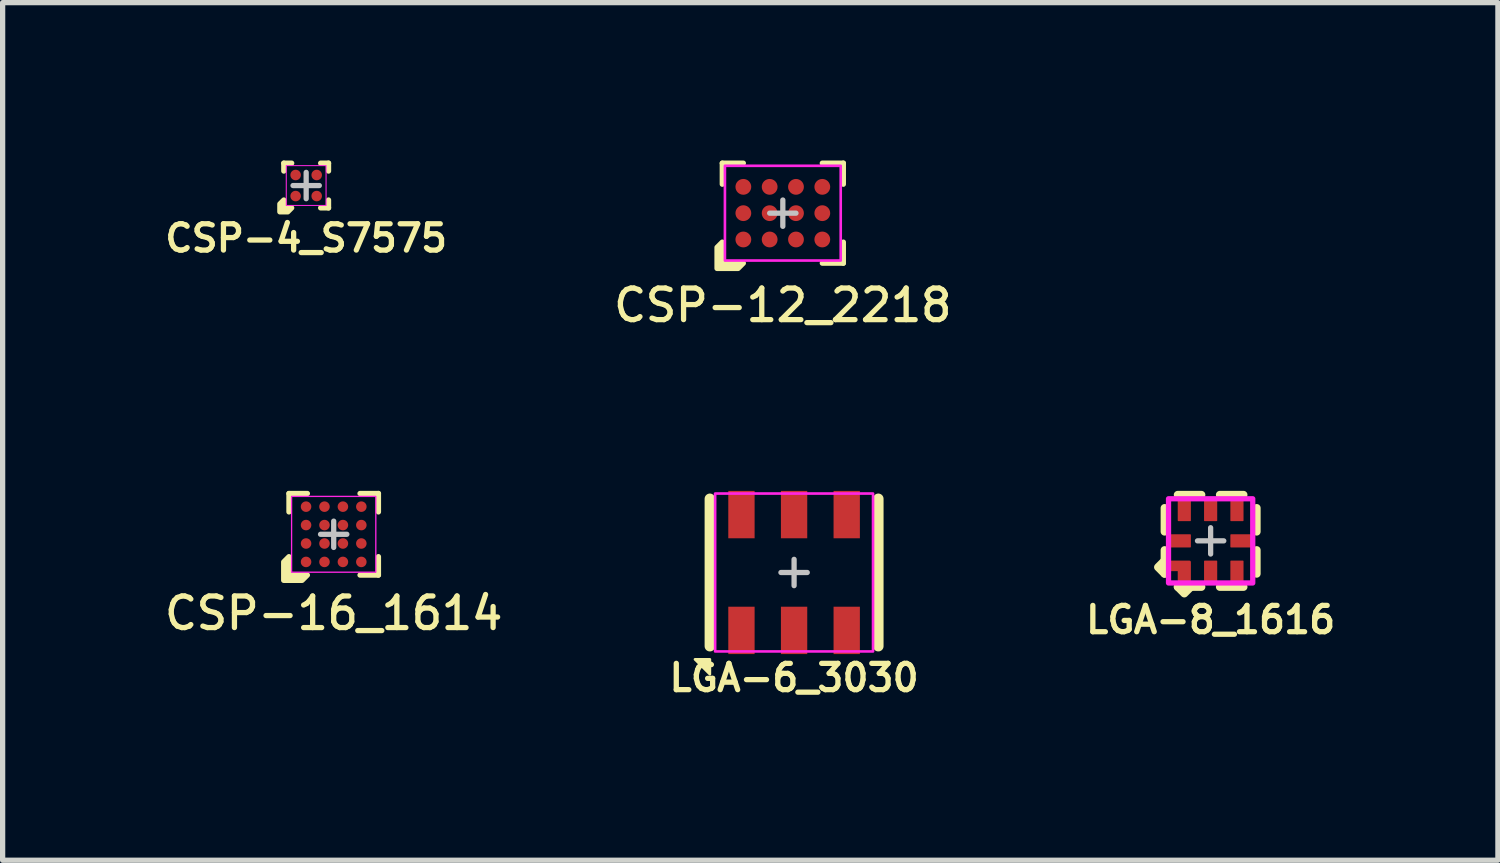
<source format=kicad_pcb>
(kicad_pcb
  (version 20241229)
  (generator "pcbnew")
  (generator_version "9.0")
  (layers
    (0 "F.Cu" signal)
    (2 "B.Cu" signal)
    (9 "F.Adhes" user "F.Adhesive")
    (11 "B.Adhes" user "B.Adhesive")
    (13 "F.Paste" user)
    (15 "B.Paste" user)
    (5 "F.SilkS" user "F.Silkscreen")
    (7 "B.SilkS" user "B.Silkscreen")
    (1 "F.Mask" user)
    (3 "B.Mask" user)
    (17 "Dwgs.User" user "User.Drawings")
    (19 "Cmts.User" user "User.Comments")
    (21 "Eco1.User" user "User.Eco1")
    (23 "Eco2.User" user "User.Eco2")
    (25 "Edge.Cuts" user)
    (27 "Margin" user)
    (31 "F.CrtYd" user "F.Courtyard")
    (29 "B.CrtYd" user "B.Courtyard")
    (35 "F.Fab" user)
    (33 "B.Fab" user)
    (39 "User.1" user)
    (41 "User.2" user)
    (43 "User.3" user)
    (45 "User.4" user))
  (footprint "CSP-12_2218"
    (layer "F.Cu")
    (at 11.823 1)
    (property "Reference" "CSP-12_2218" (at 0 1.75 0) (unlocked yes) (layer "F.SilkS") (effects (font (size 0.6 0.6) (thickness 0.1))))
    (attr smd)
    (fp_line (start -1.15 -0.95) (end -1.15 -0.55) (stroke (width 0.1) (type solid)) (layer "F.SilkS"))
    (fp_line (start -0.75 -0.95) (end -1.15 -0.95) (stroke (width 0.1) (type solid)) (layer "F.SilkS"))
    (fp_line (start 0.75 0.95) (end 1.15 0.95) (stroke (width 0.1) (type solid)) (layer "F.SilkS"))
    (fp_line (start 1.15 -0.95) (end 0.75 -0.95) (stroke (width 0.1) (type solid)) (layer "F.SilkS"))
    (fp_line (start 1.15 -0.55) (end 1.15 -0.95) (stroke (width 0.1) (type solid)) (layer "F.SilkS"))
    (fp_line (start 1.15 0.95) (end 1.15 0.55) (stroke (width 0.1) (type solid)) (layer "F.SilkS"))
    (fp_poly (pts (xy -1.15 0.55) (xy -1.15 0.95) (xy -0.75 0.95) (xy -0.85 1.05) (xy -1.25 1.05) (xy -1.25 0.65)) (stroke (width 0.1) (type solid)) (fill yes) (layer "F.SilkS"))
    (fp_line (start 0 -0.25) (end 0 0.25) (stroke (width 0.1) (type solid)) (layer "Dwgs.User"))
    (fp_line (start 0.25 0) (end -0.25 0) (stroke (width 0.1) (type solid)) (layer "Dwgs.User"))
    (fp_rect (start -1.1 -0.9) (end 1.1 0.9) (stroke (width 0.05) (type solid)) (fill no) (layer "F.CrtYd"))
    (pad "A1" smd circle (at -0.75 0.5) (size 0.3 0.3) (layers "F.Cu" "F.Mask" "F.Paste"))
    (pad "A2" smd circle (at -0.75 0) (size 0.3 0.3) (layers "F.Cu" "F.Mask" "F.Paste"))
    (pad "A3" smd circle (at -0.75 -0.5) (size 0.3 0.3) (layers "F.Cu" "F.Mask" "F.Paste"))
    (pad "B1" smd circle (at -0.25 0.5) (size 0.3 0.3) (layers "F.Cu" "F.Mask" "F.Paste"))
    (pad "B2" smd circle (at -0.25 0) (size 0.3 0.3) (layers "F.Cu" "F.Mask" "F.Paste"))
    (pad "B3" smd circle (at -0.25 -0.5) (size 0.3 0.3) (layers "F.Cu" "F.Mask" "F.Paste"))
    (pad "C1" smd circle (at 0.25 0.5) (size 0.3 0.3) (layers "F.Cu" "F.Mask" "F.Paste"))
    (pad "C2" smd circle (at 0.25 0) (size 0.3 0.3) (layers "F.Cu" "F.Mask" "F.Paste"))
    (pad "C3" smd circle (at 0.25 -0.5) (size 0.3 0.3) (layers "F.Cu" "F.Mask" "F.Paste"))
    (pad "D1" smd circle (at 0.75 0.5) (size 0.3 0.3) (layers "F.Cu" "F.Mask" "F.Paste"))
    (pad "D2" smd circle (at 0.75 0) (size 0.3 0.3) (layers "F.Cu" "F.Mask" "F.Paste"))
    (pad "D3" smd circle (at 0.75 -0.5) (size 0.3 0.3) (layers "F.Cu" "F.Mask" "F.Paste")))
  (footprint "LGA-8_1616"
    (layer "F.Cu")
    (at 19.951 7.226)
    (property "Reference" "LGA-8_1616" (at 0 1.5 0) (unlocked yes) (layer "F.SilkS") (effects (font (size 0.5 0.5) (thickness 0.1))))
    (attr smd)
    (fp_line (start -0.875 -0.175) (end -0.875 -0.625) (stroke (width 0.15) (type default)) (layer "F.SilkS"))
    (fp_line (start -0.875 0.625) (end -0.875 0.175) (stroke (width 0.15) (type default)) (layer "F.SilkS"))
    (fp_line (start -0.625 -0.875) (end -0.175 -0.875) (stroke (width 0.15) (type default)) (layer "F.SilkS"))
    (fp_line (start -0.625 0.875) (end -0.175 0.875) (stroke (width 0.15) (type default)) (layer "F.SilkS"))
    (fp_line (start 0.175 -0.875) (end 0.625 -0.875) (stroke (width 0.15) (type default)) (layer "F.SilkS"))
    (fp_line (start 0.175 0.875) (end 0.625 0.875) (stroke (width 0.15) (type default)) (layer "F.SilkS"))
    (fp_line (start 0.875 -0.175) (end 0.875 -0.625) (stroke (width 0.15) (type default)) (layer "F.SilkS"))
    (fp_line (start 0.875 0.625) (end 0.875 0.175) (stroke (width 0.15) (type default)) (layer "F.SilkS"))
    (fp_poly (pts (xy -0.875 0.625) (xy -1 0.5) (xy -0.875 0.375)) (stroke (width 0.15) (type solid)) (fill yes) (layer "F.SilkS"))
    (fp_poly (pts (xy -0.375 0.875) (xy -0.5 1) (xy -0.625 0.875)) (stroke (width 0.15) (type solid)) (fill yes) (layer "F.SilkS"))
    (fp_line (start -0.25 0) (end 0.25 0) (stroke (width 0.1) (type default)) (layer "Dwgs.User"))
    (fp_line (start 0 -0.25) (end 0 0.25) (stroke (width 0.1) (type default)) (layer "Dwgs.User"))
    (fp_rect (start -0.8 -0.8) (end 0.8 0.8) (stroke (width 0.1) (type default)) (fill no) (layer "F.CrtYd"))
    (pad "1" smd custom (at -0.5 0.575 90) (size 0.2 0.2) (layers "F.Cu" "F.Mask" "F.Paste") (options (anchor circle)) (primitives (gr_poly (pts (xy 0.175 0.1) (xy 0.175 -0.25) (xy 0.025 -0.25) (xy 0.025 -0.1) (xy -0.175 -0.1) (xy -0.175 0.1)) (width 0.05) (fill yes))))
    (pad "2" smd roundrect (at 0 0.575 90) (size 0.4 0.25) (layers "F.Cu" "F.Mask" "F.Paste") (roundrect_rratio 0.05))
    (pad "3" smd roundrect (at 0.5 0.575 90) (size 0.4 0.25) (layers "F.Cu" "F.Mask" "F.Paste") (roundrect_rratio 0.05))
    (pad "4" smd roundrect (at 0.575 0) (size 0.4 0.25) (layers "F.Cu" "F.Mask" "F.Paste") (roundrect_rratio 0.05))
    (pad "5" smd roundrect (at 0.5 -0.575 90) (size 0.4 0.25) (layers "F.Cu" "F.Mask" "F.Paste") (roundrect_rratio 0.05))
    (pad "6" smd roundrect (at 0 -0.575 90) (size 0.4 0.25) (layers "F.Cu" "F.Mask" "F.Paste") (roundrect_rratio 0.05))
    (pad "7" smd roundrect (at -0.5 -0.575 90) (size 0.4 0.25) (layers "F.Cu" "F.Mask" "F.Paste") (roundrect_rratio 0.05))
    (pad "8" smd roundrect (at -0.575 0) (size 0.4 0.25) (layers "F.Cu" "F.Mask" "F.Paste") (roundrect_rratio 0.05)))
  (footprint "LGA-6_3030"
    (layer "F.Cu")
    (at 12.037 7.827)
    (property "Reference" "LGA-6_3030" (at 0 2 0) (unlocked yes) (layer "F.SilkS") (effects (font (size 0.5 0.5) (thickness 0.1) (bold yes))))
    (attr smd)
    (fp_line (start -1.6 -1.4) (end -1.6 1.4) (stroke (width 0.2) (type solid)) (layer "F.SilkS"))
    (fp_line (start 1.6 -1.4) (end 1.6 1.4) (stroke (width 0.2) (type solid)) (layer "F.SilkS"))
    (fp_poly (pts (xy -1.883 1.65) (xy -1.6 1.65) (xy -1.6 1.933)) (stroke (width 0.05) (type solid)) (fill yes) (layer "F.SilkS"))
    (fp_line (start -0.25 0) (end 0.25 0) (stroke (width 0.1) (type solid)) (layer "Dwgs.User"))
    (fp_line (start 0 0.25) (end 0 -0.25) (stroke (width 0.1) (type solid)) (layer "Dwgs.User"))
    (fp_rect (start -1.5 -1.5) (end 1.5 1.5) (stroke (width 0.05) (type solid)) (fill no) (layer "F.CrtYd"))
    (pad "1" smd rect (at -1 1.1 90) (size 0.9 0.5) (layers "F.Cu" "F.Mask" "F.Paste"))
    (pad "2" smd rect (at 0 1.1 90) (size 0.9 0.5) (layers "F.Cu" "F.Mask" "F.Paste"))
    (pad "3" smd rect (at 1 1.1 90) (size 0.9 0.5) (layers "F.Cu" "F.Mask" "F.Paste"))
    (pad "4" smd rect (at 1 -1.1 90) (size 0.9 0.5) (layers "F.Cu" "F.Mask" "F.Paste"))
    (pad "5" smd rect (at 0 -1.1 90) (size 0.9 0.5) (layers "F.Cu" "F.Mask" "F.Paste"))
    (pad "6" smd rect (at -1 -1.1 90) (size 0.9 0.5) (layers "F.Cu" "F.Mask" "F.Paste")))
  (footprint "CSP-4_S7575"
    (layer "F.Cu")
    (at 2.767 0.475)
    (property "Reference" "CSP-4_S7575" (at 0 1 0) (unlocked yes) (layer "F.SilkS") (effects (font (size 0.5 0.5) (thickness 0.1))))
    (attr smd)
    (fp_line (start -0.425 -0.425) (end -0.425 -0.275) (stroke (width 0.1) (type solid)) (layer "F.SilkS"))
    (fp_line (start -0.275 -0.425) (end -0.425 -0.425) (stroke (width 0.1) (type solid)) (layer "F.SilkS"))
    (fp_line (start 0.275 0.425) (end 0.425 0.425) (stroke (width 0.1) (type solid)) (layer "F.SilkS"))
    (fp_line (start 0.425 -0.425) (end 0.275 -0.425) (stroke (width 0.1) (type solid)) (layer "F.SilkS"))
    (fp_line (start 0.425 -0.275) (end 0.425 -0.425) (stroke (width 0.1) (type solid)) (layer "F.SilkS"))
    (fp_line (start 0.425 0.425) (end 0.425 0.275) (stroke (width 0.1) (type solid)) (layer "F.SilkS"))
    (fp_poly (pts (xy -0.425 0.425) (xy -0.275 0.425) (xy -0.35 0.5) (xy -0.5 0.5) (xy -0.5 0.35) (xy -0.425 0.275)) (stroke (width 0.1) (type solid)) (fill yes) (layer "F.SilkS"))
    (fp_line (start -0.25 0) (end 0.25 0) (stroke (width 0.1) (type solid)) (layer "Dwgs.User"))
    (fp_line (start 0 -0.25) (end 0 0.25) (stroke (width 0.1) (type solid)) (layer "Dwgs.User"))
    (fp_rect (start -0.378 -0.378) (end 0.378 0.378) (stroke (width 0.02) (type solid)) (fill no) (layer "F.CrtYd"))
    (pad "A1" smd circle (at -0.2 0.2) (size 0.2 0.2) (layers "F.Cu" "F.Mask" "F.Paste"))
    (pad "A2" smd circle (at -0.2 -0.2) (size 0.2 0.2) (layers "F.Cu" "F.Mask" "F.Paste"))
    (pad "B1" smd circle (at 0.2 0.2) (size 0.2 0.2) (layers "F.Cu" "F.Mask" "F.Paste"))
    (pad "B2" smd circle (at 0.2 -0.2) (size 0.2 0.2) (layers "F.Cu" "F.Mask" "F.Paste")))
  (footprint "CSP-16_1614"
    (layer "F.Cu")
    (at 3.29 7.101)
    (property "Reference" "CSP-16_1614" (at 0 1.5 0) (unlocked yes) (layer "F.SilkS") (effects (font (size 0.6 0.6) (thickness 0.1))))
    (attr smd)
    (fp_line (start -0.85 -0.775) (end -0.85 -0.425) (stroke (width 0.1) (type solid)) (layer "F.SilkS"))
    (fp_line (start -0.5 -0.775) (end -0.85 -0.775) (stroke (width 0.1) (type solid)) (layer "F.SilkS"))
    (fp_line (start 0.5 0.775) (end 0.85 0.775) (stroke (width 0.1) (type solid)) (layer "F.SilkS"))
    (fp_line (start 0.85 -0.775) (end 0.5 -0.775) (stroke (width 0.1) (type solid)) (layer "F.SilkS"))
    (fp_line (start 0.85 -0.425) (end 0.85 -0.775) (stroke (width 0.1) (type solid)) (layer "F.SilkS"))
    (fp_line (start 0.85 0.775) (end 0.85 0.425) (stroke (width 0.1) (type solid)) (layer "F.SilkS"))
    (fp_poly (pts (xy -0.85 0.425) (xy -0.85 0.775) (xy -0.5 0.775) (xy -0.6 0.875) (xy -0.95 0.875) (xy -0.95 0.525)) (stroke (width 0.1) (type solid)) (fill yes) (layer "F.SilkS"))
    (fp_line (start 0 -0.25) (end 0 0.25) (stroke (width 0.1) (type solid)) (layer "Dwgs.User"))
    (fp_line (start 0.25 0) (end -0.25 0) (stroke (width 0.1) (type solid)) (layer "Dwgs.User"))
    (fp_rect (start -0.8 -0.72) (end 0.8 0.72) (stroke (width 0.025) (type solid)) (fill no) (layer "F.CrtYd"))
    (pad "A1" smd circle (at -0.525 0.525) (size 0.2 0.2) (layers "F.Cu" "F.Mask" "F.Paste"))
    (pad "A2" smd circle (at -0.525 0.175) (size 0.2 0.2) (layers "F.Cu" "F.Mask" "F.Paste"))
    (pad "A3" smd circle (at -0.525 -0.175) (size 0.2 0.2) (layers "F.Cu" "F.Mask" "F.Paste"))
    (pad "A4" smd circle (at -0.525 -0.525) (size 0.2 0.2) (layers "F.Cu" "F.Mask" "F.Paste"))
    (pad "B1" smd circle (at -0.175 0.525) (size 0.2 0.2) (layers "F.Cu" "F.Mask" "F.Paste"))
    (pad "B2" smd circle (at -0.175 0.175) (size 0.2 0.2) (layers "F.Cu" "F.Mask" "F.Paste"))
    (pad "B3" smd circle (at -0.175 -0.175) (size 0.2 0.2) (layers "F.Cu" "F.Mask" "F.Paste"))
    (pad "B4" smd circle (at -0.175 -0.525) (size 0.2 0.2) (layers "F.Cu" "F.Mask" "F.Paste"))
    (pad "C1" smd circle (at 0.175 0.525) (size 0.2 0.2) (layers "F.Cu" "F.Mask" "F.Paste"))
    (pad "C2" smd circle (at 0.175 0.175) (size 0.2 0.2) (layers "F.Cu" "F.Mask" "F.Paste"))
    (pad "C3" smd circle (at 0.175 -0.175) (size 0.2 0.2) (layers "F.Cu" "F.Mask" "F.Paste"))
    (pad "C4" smd circle (at 0.175 -0.525) (size 0.2 0.2) (layers "F.Cu" "F.Mask" "F.Paste"))
    (pad "D1" smd circle (at 0.525 0.525) (size 0.2 0.2) (layers "F.Cu" "F.Mask" "F.Paste"))
    (pad "D2" smd circle (at 0.525 0.175) (size 0.2 0.2) (layers "F.Cu" "F.Mask" "F.Paste"))
    (pad "D3" smd circle (at 0.525 -0.175) (size 0.2 0.2) (layers "F.Cu" "F.Mask" "F.Paste"))
    (pad "D4" smd circle (at 0.525 -0.525) (size 0.2 0.2) (layers "F.Cu" "F.Mask" "F.Paste")))
  (gr_rect
    (start -3 -3)
    (end 25.409 13.294)
    (stroke (width 0.1) (type default))
    (fill no)
    (layer "Edge.Cuts")))
</source>
